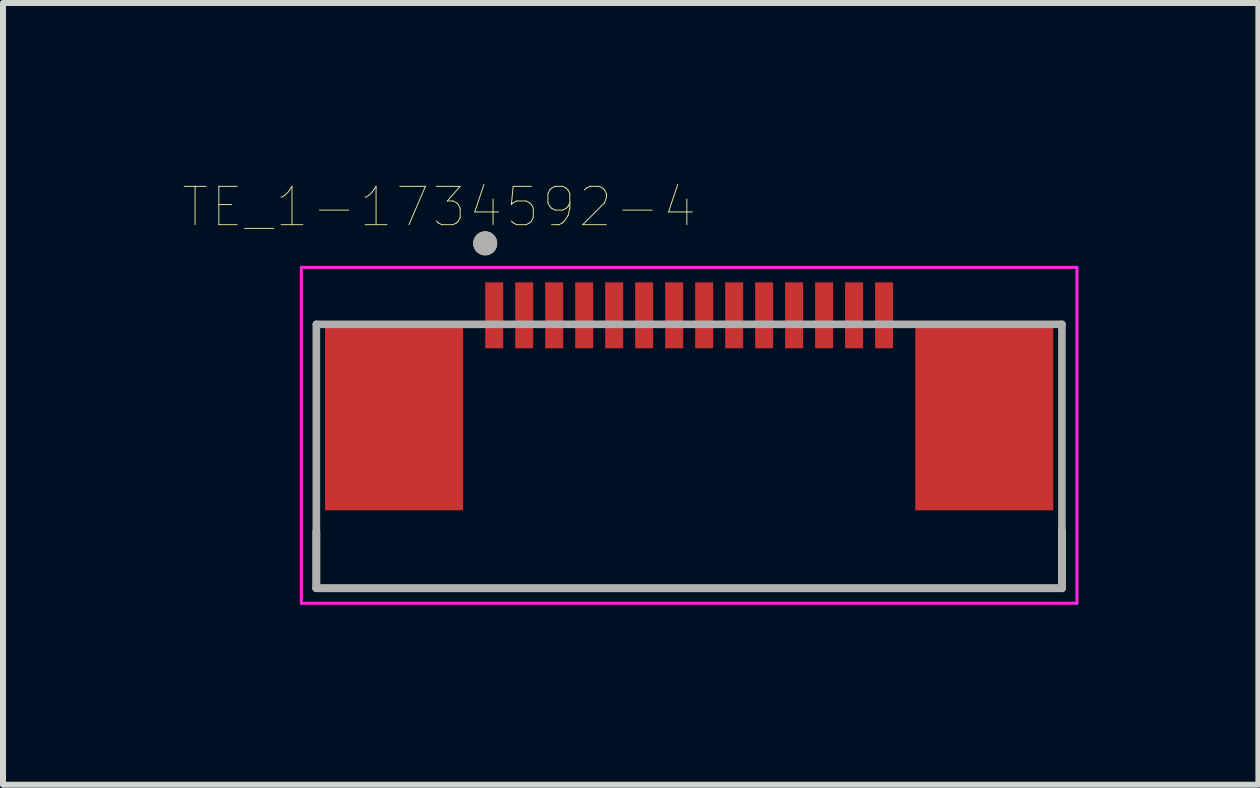
<source format=kicad_pcb>
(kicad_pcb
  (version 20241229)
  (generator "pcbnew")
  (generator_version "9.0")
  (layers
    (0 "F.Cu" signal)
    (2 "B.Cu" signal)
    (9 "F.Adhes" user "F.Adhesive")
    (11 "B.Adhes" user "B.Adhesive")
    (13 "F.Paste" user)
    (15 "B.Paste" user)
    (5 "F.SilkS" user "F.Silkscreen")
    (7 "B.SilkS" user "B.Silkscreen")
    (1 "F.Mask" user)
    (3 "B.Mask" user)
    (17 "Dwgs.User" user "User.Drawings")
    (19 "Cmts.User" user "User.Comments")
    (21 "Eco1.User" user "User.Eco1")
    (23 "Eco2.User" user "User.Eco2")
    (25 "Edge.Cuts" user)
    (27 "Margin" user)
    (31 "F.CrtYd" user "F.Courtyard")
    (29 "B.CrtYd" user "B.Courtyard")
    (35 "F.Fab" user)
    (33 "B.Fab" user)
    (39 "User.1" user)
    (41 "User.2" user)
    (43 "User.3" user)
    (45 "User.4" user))
  (footprint "TE_1-1734592-4"
    (layer "F.Cu")
    (at 8.439 2.207)
    (property "Reference" "TE_1-1734592-4" (at -4.168 -1.806 0) (layer "F.SilkS") (effects (font (size 0.64 0.64) (thickness 0.015))))
    (attr through_hole)
    (fp_line (start -6.215 4.55) (end -6.215 3.6) (stroke (width 0.127) (type solid)) (layer "F.SilkS"))
    (fp_line (start -6.215 4.55) (end 6.215 4.55) (stroke (width 0.127) (type solid)) (layer "F.SilkS"))
    (fp_line (start 6.215 4.55) (end 6.215 3.6) (stroke (width 0.127) (type solid)) (layer "F.SilkS"))
    (fp_circle (center -3.4 -1.2) (end -3.3 -1.2) (stroke (width 0.2) (type solid)) (fill no) (layer "F.SilkS"))
    (fp_line (start -6.465 -0.8) (end -6.465 4.8) (stroke (width 0.05) (type solid)) (layer "F.CrtYd"))
    (fp_line (start -6.465 4.8) (end 6.465 4.8) (stroke (width 0.05) (type solid)) (layer "F.CrtYd"))
    (fp_line (start 6.465 -0.8) (end -6.465 -0.8) (stroke (width 0.05) (type solid)) (layer "F.CrtYd"))
    (fp_line (start 6.465 4.8) (end 6.465 -0.8) (stroke (width 0.05) (type solid)) (layer "F.CrtYd"))
    (fp_line (start -6.215 0.15) (end -6.215 4.55) (stroke (width 0.127) (type solid)) (layer "F.Fab"))
    (fp_line (start -6.215 4.55) (end 6.215 4.55) (stroke (width 0.127) (type solid)) (layer "F.Fab"))
    (fp_line (start 6.215 0.15) (end -6.215 0.15) (stroke (width 0.127) (type solid)) (layer "F.Fab"))
    (fp_line (start 6.215 4.55) (end 6.215 0.15) (stroke (width 0.127) (type solid)) (layer "F.Fab"))
    (fp_circle (center -3.4 -1.2) (end -3.3 -1.2) (stroke (width 0.2) (type solid)) (fill no) (layer "F.Fab"))
    (pad "1" smd rect (at -3.25 0) (size 0.3 1.1) (layers "F.Cu" "F.Mask" "F.Paste"))
    (pad "2" smd rect (at -2.75 0) (size 0.3 1.1) (layers "F.Cu" "F.Mask" "F.Paste"))
    (pad "3" smd rect (at -2.25 0) (size 0.3 1.1) (layers "F.Cu" "F.Mask" "F.Paste"))
    (pad "4" smd rect (at -1.75 0) (size 0.3 1.1) (layers "F.Cu" "F.Mask" "F.Paste"))
    (pad "5" smd rect (at -1.25 0) (size 0.3 1.1) (layers "F.Cu" "F.Mask" "F.Paste"))
    (pad "6" smd rect (at -0.75 0) (size 0.3 1.1) (layers "F.Cu" "F.Mask" "F.Paste"))
    (pad "7" smd rect (at -0.25 0) (size 0.3 1.1) (layers "F.Cu" "F.Mask" "F.Paste"))
    (pad "8" smd rect (at 0.25 0) (size 0.3 1.1) (layers "F.Cu" "F.Mask" "F.Paste"))
    (pad "9" smd rect (at 0.75 0) (size 0.3 1.1) (layers "F.Cu" "F.Mask" "F.Paste"))
    (pad "10" smd rect (at 1.25 0) (size 0.3 1.1) (layers "F.Cu" "F.Mask" "F.Paste"))
    (pad "11" smd rect (at 1.75 0) (size 0.3 1.1) (layers "F.Cu" "F.Mask" "F.Paste"))
    (pad "12" smd rect (at 2.25 0) (size 0.3 1.1) (layers "F.Cu" "F.Mask" "F.Paste"))
    (pad "13" smd rect (at 2.75 0) (size 0.3 1.1) (layers "F.Cu" "F.Mask" "F.Paste"))
    (pad "14" smd rect (at 3.25 0) (size 0.3 1.1) (layers "F.Cu" "F.Mask" "F.Paste"))
    (pad "S1" smd rect (at -4.92 1.7) (size 2.3 3.1) (layers "F.Cu" "F.Mask" "F.Paste"))
    (pad "S2" smd rect (at 4.92 1.7) (size 2.3 3.1) (layers "F.Cu" "F.Mask" "F.Paste")))
  (gr_rect
    (start -3 -3)
    (end 17.929 10.032)
    (stroke (width 0.1) (type default))
    (fill no)
    (layer "Edge.Cuts")))
</source>
